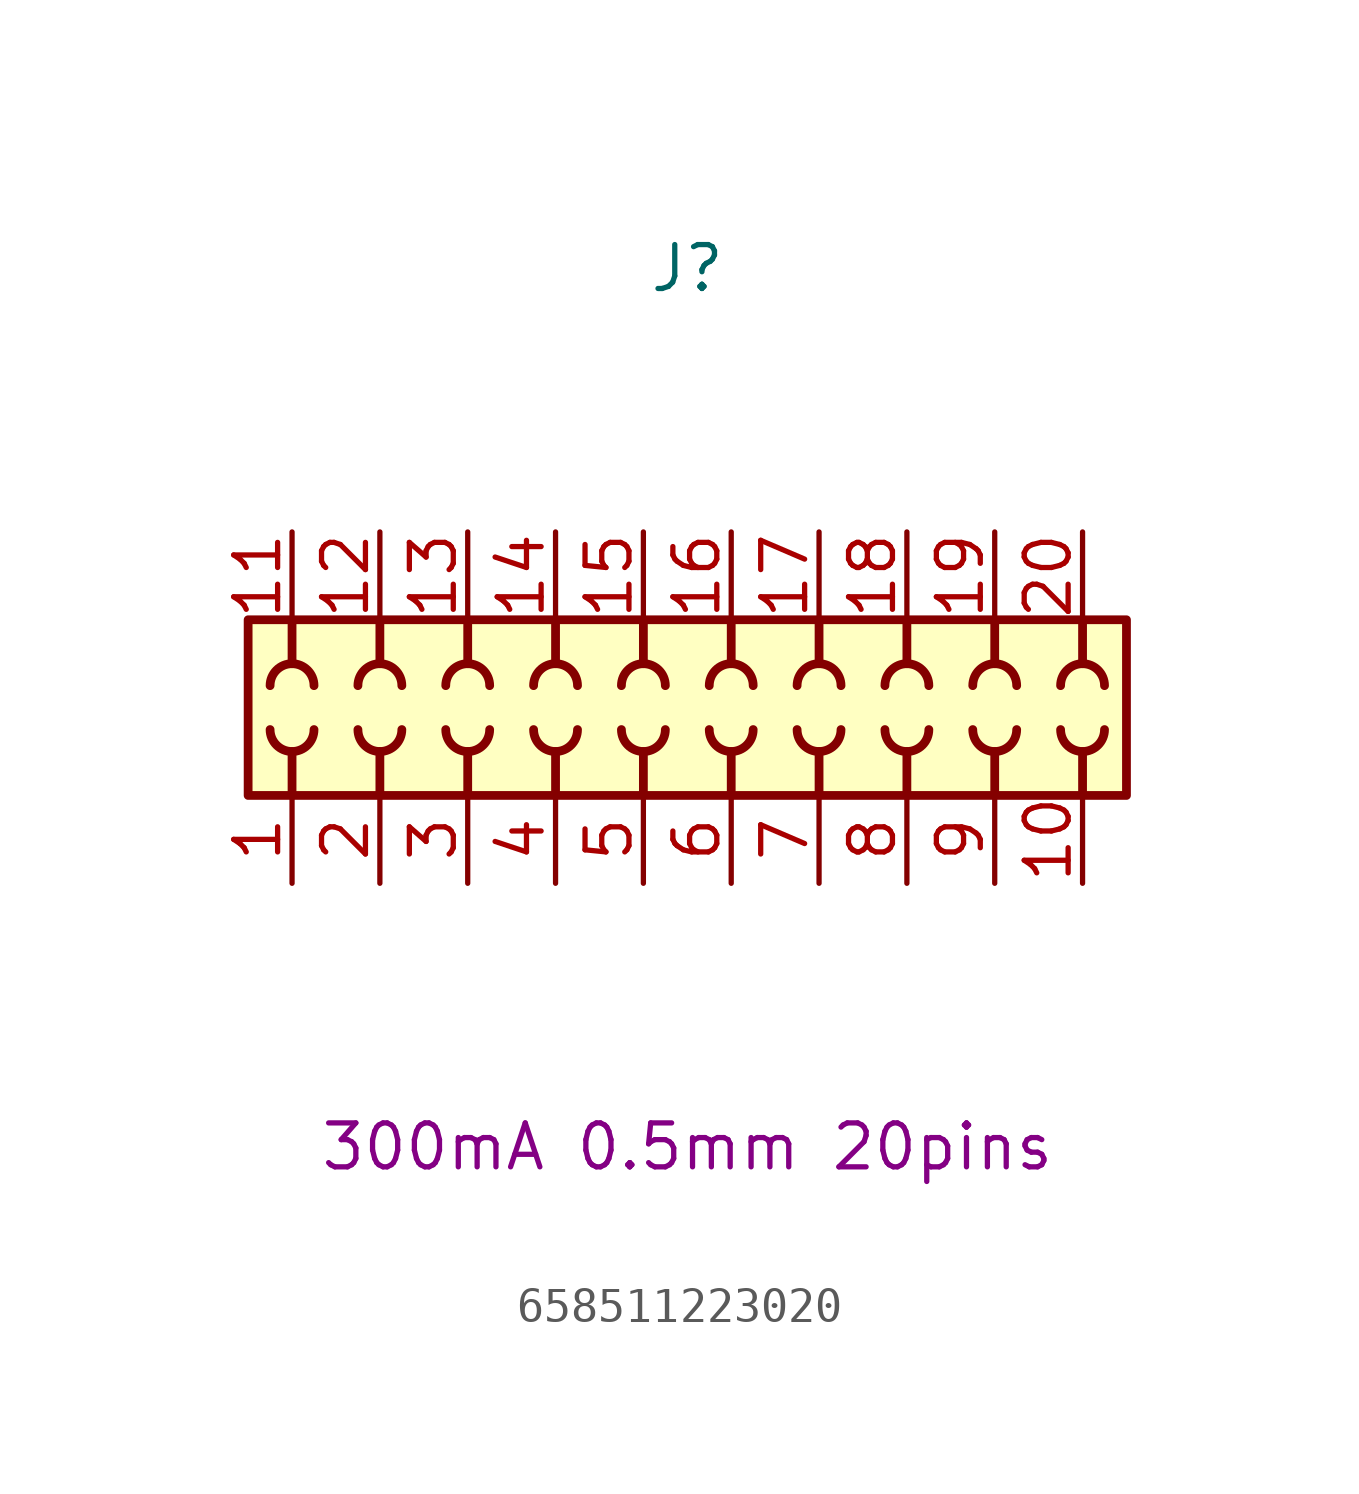
<source format=kicad_sym>
(kicad_symbol_lib
  (version 20241209)
  (generator "kicad_symbol_editor")
  (generator_version "9.0")
  (symbol "658511223020"
    (pin_names
      (hide yes))
    (property "Reference" "J"
      (at 0 12.7 0)
      (effects (font (size 1.27 1.27))))
    (property "Critical Parameter" "300mA 0.5mm 20pins"
      (at 0 -12.7 0)
      (effects (font (size 1.27 1.27))))
    (symbol "658511223020_0_1"
      (rectangle (start -12.7 2.54) (end 12.7 -2.54) (stroke (width 0.254) (type default)) (fill (type background)))
      (polyline (pts (xy -11.43 2.54) (xy -11.43 1.27)) (stroke (width 0.254) (type default)) (fill (type none)))
      (arc (start -12.065 0.635) (mid -11.43 1.2672) (end -10.795 0.635) (stroke (width 0.254) (type default)) (fill (type none)))
      (arc (start -10.795 -0.635) (mid -11.43 -1.2672) (end -12.065 -0.635) (stroke (width 0.254) (type default)) (fill (type none)))
      (polyline (pts (xy -11.43 -2.54) (xy -11.43 -1.27)) (stroke (width 0.254) (type default)) (fill (type none)))
      (polyline (pts (xy -8.89 2.54) (xy -8.89 1.27)) (stroke (width 0.254) (type default)) (fill (type none)))
      (arc (start -9.525 0.635) (mid -8.89 1.2672) (end -8.255 0.635) (stroke (width 0.254) (type default)) (fill (type none)))
      (arc (start -8.255 -0.635) (mid -8.89 -1.2672) (end -9.525 -0.635) (stroke (width 0.254) (type default)) (fill (type none)))
      (polyline (pts (xy -8.89 -2.54) (xy -8.89 -1.27)) (stroke (width 0.254) (type default)) (fill (type none)))
      (polyline (pts (xy -6.35 2.54) (xy -6.35 1.27)) (stroke (width 0.254) (type default)) (fill (type none)))
      (arc (start -6.985 0.635) (mid -6.35 1.2672) (end -5.715 0.635) (stroke (width 0.254) (type default)) (fill (type none)))
      (arc (start -5.715 -0.635) (mid -6.35 -1.2672) (end -6.985 -0.635) (stroke (width 0.254) (type default)) (fill (type none)))
      (polyline (pts (xy -6.35 -2.54) (xy -6.35 -1.27)) (stroke (width 0.254) (type default)) (fill (type none)))
      (polyline (pts (xy -3.81 2.54) (xy -3.81 1.27)) (stroke (width 0.254) (type default)) (fill (type none)))
      (arc (start -4.445 0.635) (mid -3.81 1.2672) (end -3.175 0.635) (stroke (width 0.254) (type default)) (fill (type none)))
      (arc (start -3.175 -0.635) (mid -3.81 -1.2672) (end -4.445 -0.635) (stroke (width 0.254) (type default)) (fill (type none)))
      (polyline (pts (xy -3.81 -2.54) (xy -3.81 -1.27)) (stroke (width 0.254) (type default)) (fill (type none)))
      (polyline (pts (xy -1.27 2.54) (xy -1.27 1.27)) (stroke (width 0.254) (type default)) (fill (type none)))
      (arc (start -1.905 0.635) (mid -1.27 1.2672) (end -0.635 0.635) (stroke (width 0.254) (type default)) (fill (type none)))
      (arc (start -0.635 -0.635) (mid -1.27 -1.2672) (end -1.905 -0.635) (stroke (width 0.254) (type default)) (fill (type none)))
      (polyline (pts (xy -1.27 -2.54) (xy -1.27 -1.27)) (stroke (width 0.254) (type default)) (fill (type none)))
      (polyline (pts (xy 1.27 2.54) (xy 1.27 1.27)) (stroke (width 0.254) (type default)) (fill (type none)))
      (arc (start 0.635 0.635) (mid 1.27 1.2672) (end 1.905 0.635) (stroke (width 0.254) (type default)) (fill (type none)))
      (arc (start 1.905 -0.635) (mid 1.27 -1.2672) (end 0.635 -0.635) (stroke (width 0.254) (type default)) (fill (type none)))
      (polyline (pts (xy 1.27 -2.54) (xy 1.27 -1.27)) (stroke (width 0.254) (type default)) (fill (type none)))
      (polyline (pts (xy 3.81 2.54) (xy 3.81 1.27)) (stroke (width 0.254) (type default)) (fill (type none)))
      (arc (start 3.175 0.635) (mid 3.81 1.2672) (end 4.445 0.635) (stroke (width 0.254) (type default)) (fill (type none)))
      (arc (start 4.445 -0.635) (mid 3.81 -1.2672) (end 3.175 -0.635) (stroke (width 0.254) (type default)) (fill (type none)))
      (polyline (pts (xy 3.81 -2.54) (xy 3.81 -1.27)) (stroke (width 0.254) (type default)) (fill (type none)))
      (polyline (pts (xy 6.35 2.54) (xy 6.35 1.27)) (stroke (width 0.254) (type default)) (fill (type none)))
      (arc (start 5.715 0.635) (mid 6.35 1.2672) (end 6.985 0.635) (stroke (width 0.254) (type default)) (fill (type none)))
      (arc (start 6.985 -0.635) (mid 6.35 -1.2672) (end 5.715 -0.635) (stroke (width 0.254) (type default)) (fill (type none)))
      (polyline (pts (xy 6.35 -2.54) (xy 6.35 -1.27)) (stroke (width 0.254) (type default)) (fill (type none)))
      (polyline (pts (xy 8.89 2.54) (xy 8.89 1.27)) (stroke (width 0.254) (type default)) (fill (type none)))
      (arc (start 8.255 0.635) (mid 8.89 1.2672) (end 9.525 0.635) (stroke (width 0.254) (type default)) (fill (type none)))
      (arc (start 9.525 -0.635) (mid 8.89 -1.2672) (end 8.255 -0.635) (stroke (width 0.254) (type default)) (fill (type none)))
      (polyline (pts (xy 8.89 -2.54) (xy 8.89 -1.27)) (stroke (width 0.254) (type default)) (fill (type none)))
      (polyline (pts (xy 11.43 2.54) (xy 11.43 1.27)) (stroke (width 0.254) (type default)) (fill (type none)))
      (arc (start 10.795 0.635) (mid 11.43 1.2672) (end 12.065 0.635) (stroke (width 0.254) (type default)) (fill (type none)))
      (arc (start 12.065 -0.635) (mid 11.43 -1.2672) (end 10.795 -0.635) (stroke (width 0.254) (type default)) (fill (type none)))
      (polyline (pts (xy 11.43 -2.54) (xy 11.43 -1.27)) (stroke (width 0.254) (type default)) (fill (type none))))
    (symbol "658511223020_1_1"
      (pin passive line (at -11.43 5.08 270) (length 2.54) (name "11" (effects (font (size 1.27 1.27)))) (number "11" (effects (font (size 1.27 1.27)))))
      (pin passive line (at -11.43 -5.08 90) (length 2.54) (name "1" (effects (font (size 1.27 1.27)))) (number "1" (effects (font (size 1.27 1.27)))))
      (pin passive line (at -8.89 5.08 270) (length 2.54) (name "12" (effects (font (size 1.27 1.27)))) (number "12" (effects (font (size 1.27 1.27)))))
      (pin passive line (at -8.89 -5.08 90) (length 2.54) (name "2" (effects (font (size 1.27 1.27)))) (number "2" (effects (font (size 1.27 1.27)))))
      (pin passive line (at -6.35 5.08 270) (length 2.54) (name "13" (effects (font (size 1.27 1.27)))) (number "13" (effects (font (size 1.27 1.27)))))
      (pin passive line (at -6.35 -5.08 90) (length 2.54) (name "3" (effects (font (size 1.27 1.27)))) (number "3" (effects (font (size 1.27 1.27)))))
      (pin passive line (at -3.81 5.08 270) (length 2.54) (name "14" (effects (font (size 1.27 1.27)))) (number "14" (effects (font (size 1.27 1.27)))))
      (pin passive line (at -3.81 -5.08 90) (length 2.54) (name "4" (effects (font (size 1.27 1.27)))) (number "4" (effects (font (size 1.27 1.27)))))
      (pin passive line (at -1.27 5.08 270) (length 2.54) (name "15" (effects (font (size 1.27 1.27)))) (number "15" (effects (font (size 1.27 1.27)))))
      (pin passive line (at -1.27 -5.08 90) (length 2.54) (name "5" (effects (font (size 1.27 1.27)))) (number "5" (effects (font (size 1.27 1.27)))))
      (pin passive line (at 1.27 5.08 270) (length 2.54) (name "16" (effects (font (size 1.27 1.27)))) (number "16" (effects (font (size 1.27 1.27)))))
      (pin passive line (at 1.27 -5.08 90) (length 2.54) (name "6" (effects (font (size 1.27 1.27)))) (number "6" (effects (font (size 1.27 1.27)))))
      (pin passive line (at 3.81 5.08 270) (length 2.54) (name "17" (effects (font (size 1.27 1.27)))) (number "17" (effects (font (size 1.27 1.27)))))
      (pin passive line (at 3.81 -5.08 90) (length 2.54) (name "7" (effects (font (size 1.27 1.27)))) (number "7" (effects (font (size 1.27 1.27)))))
      (pin passive line (at 6.35 5.08 270) (length 2.54) (name "18" (effects (font (size 1.27 1.27)))) (number "18" (effects (font (size 1.27 1.27)))))
      (pin passive line (at 6.35 -5.08 90) (length 2.54) (name "8" (effects (font (size 1.27 1.27)))) (number "8" (effects (font (size 1.27 1.27)))))
      (pin passive line (at 8.89 5.08 270) (length 2.54) (name "19" (effects (font (size 1.27 1.27)))) (number "19" (effects (font (size 1.27 1.27)))))
      (pin passive line (at 8.89 -5.08 90) (length 2.54) (name "9" (effects (font (size 1.27 1.27)))) (number "9" (effects (font (size 1.27 1.27)))))
      (pin passive line (at 11.43 5.08 270) (length 2.54) (name "20" (effects (font (size 1.27 1.27)))) (number "20" (effects (font (size 1.27 1.27)))))
      (pin passive line (at 11.43 -5.08 90) (length 2.54) (name "10" (effects (font (size 1.27 1.27)))) (number "10" (effects (font (size 1.27 1.27))))))))
</source>
